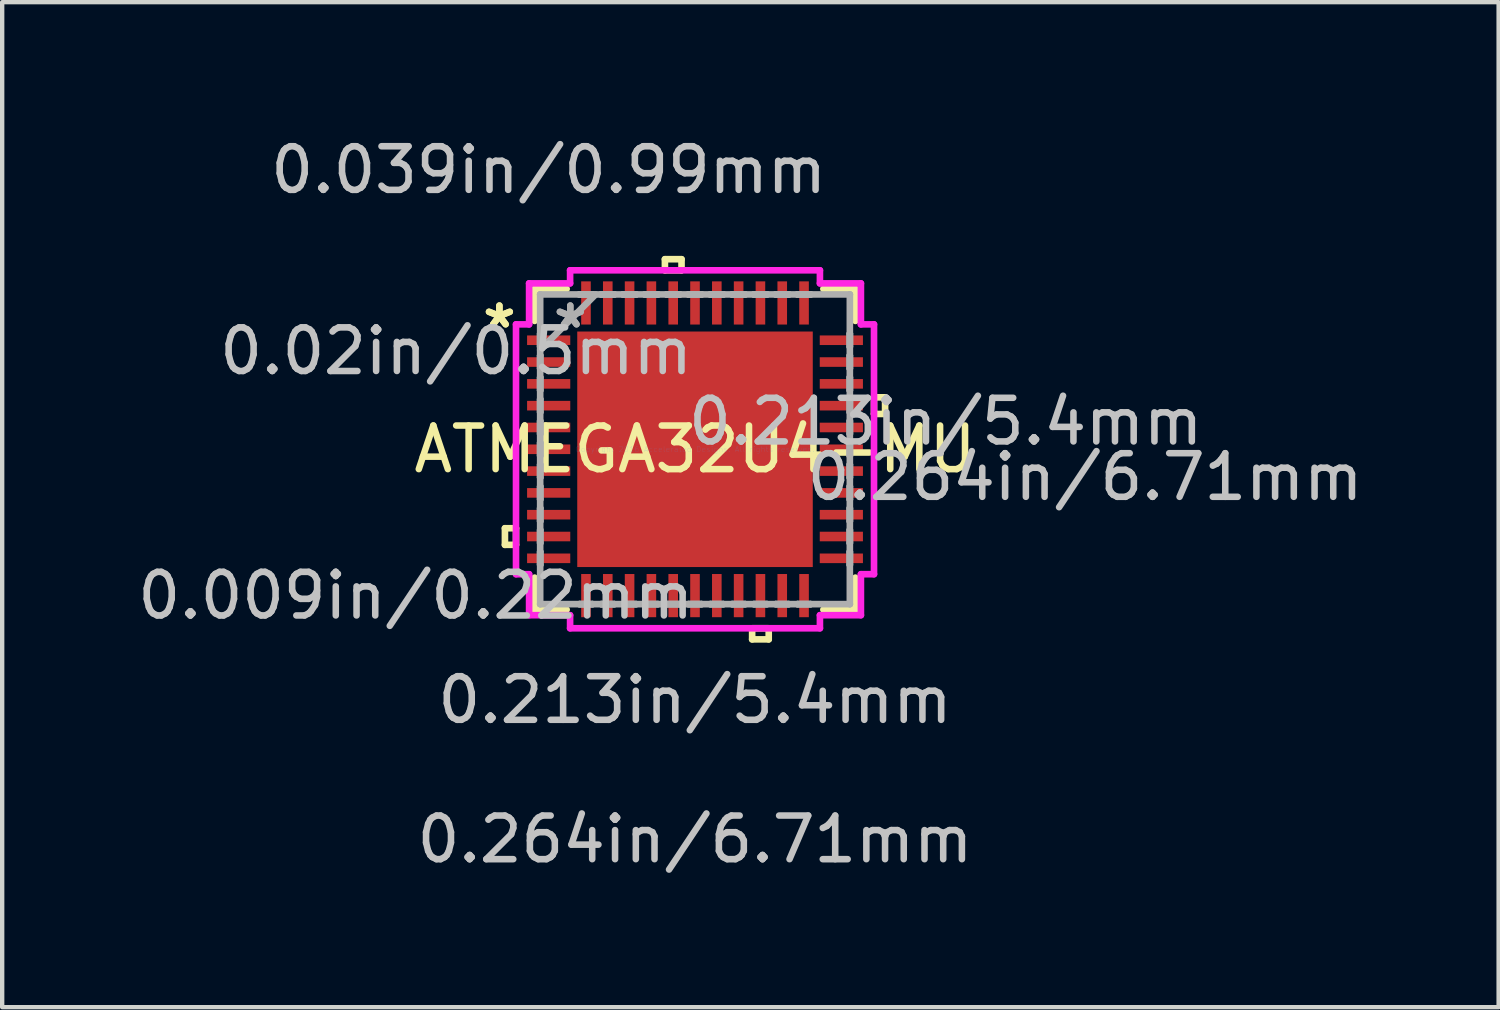
<source format=kicad_pcb>
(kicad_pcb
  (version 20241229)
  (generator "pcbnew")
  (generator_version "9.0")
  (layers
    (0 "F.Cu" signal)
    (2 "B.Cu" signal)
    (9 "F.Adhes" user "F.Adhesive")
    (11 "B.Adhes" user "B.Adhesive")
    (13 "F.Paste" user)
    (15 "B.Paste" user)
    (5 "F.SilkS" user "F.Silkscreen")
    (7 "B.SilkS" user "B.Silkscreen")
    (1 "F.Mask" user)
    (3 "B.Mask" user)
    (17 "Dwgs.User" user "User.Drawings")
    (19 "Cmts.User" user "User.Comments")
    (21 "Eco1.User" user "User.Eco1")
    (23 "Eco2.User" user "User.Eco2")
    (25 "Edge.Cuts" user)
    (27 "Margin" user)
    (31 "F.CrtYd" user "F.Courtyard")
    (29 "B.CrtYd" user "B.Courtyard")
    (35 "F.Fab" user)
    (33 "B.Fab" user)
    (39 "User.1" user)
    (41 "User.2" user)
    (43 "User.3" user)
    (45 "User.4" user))
  (footprint "ATMEGA32U4-MU"
    (layer "F.Cu")
    (at 12.885 7.251)
    (property "Reference" "ATMEGA32U4-MU" (at 0 0 0) (layer "F.SilkS") (effects (font (size 1 1) (thickness 0.15))))
    (attr through_hole)
    (fp_line (start -4.358 1.81) (end -4.358 2.191) (stroke (width 0.152) (type solid)) (layer "F.SilkS"))
    (fp_line (start -4.358 2.191) (end -4.104 2.191) (stroke (width 0.152) (type solid)) (layer "F.SilkS"))
    (fp_line (start -4.104 1.81) (end -4.358 1.81) (stroke (width 0.152) (type solid)) (layer "F.SilkS"))
    (fp_line (start -4.104 2.191) (end -4.104 1.81) (stroke (width 0.152) (type solid)) (layer "F.SilkS"))
    (fp_line (start -3.677 -3.677) (end -3.677 -2.943) (stroke (width 0.152) (type solid)) (layer "F.SilkS"))
    (fp_line (start -3.677 2.943) (end -3.677 3.677) (stroke (width 0.152) (type solid)) (layer "F.SilkS"))
    (fp_line (start -3.677 3.677) (end -2.943 3.677) (stroke (width 0.152) (type solid)) (layer "F.SilkS"))
    (fp_line (start -2.943 -3.677) (end -3.677 -3.677) (stroke (width 0.152) (type solid)) (layer "F.SilkS"))
    (fp_line (start -0.69 -4.358) (end -0.309 -4.358) (stroke (width 0.152) (type solid)) (layer "F.SilkS"))
    (fp_line (start -0.69 -4.104) (end -0.69 -4.358) (stroke (width 0.152) (type solid)) (layer "F.SilkS"))
    (fp_line (start -0.309 -4.358) (end -0.309 -4.104) (stroke (width 0.152) (type solid)) (layer "F.SilkS"))
    (fp_line (start -0.309 -4.104) (end -0.69 -4.104) (stroke (width 0.152) (type solid)) (layer "F.SilkS"))
    (fp_line (start 1.31 4.104) (end 1.31 4.358) (stroke (width 0.152) (type solid)) (layer "F.SilkS"))
    (fp_line (start 1.31 4.358) (end 1.69 4.358) (stroke (width 0.152) (type solid)) (layer "F.SilkS"))
    (fp_line (start 1.69 4.104) (end 1.31 4.104) (stroke (width 0.152) (type solid)) (layer "F.SilkS"))
    (fp_line (start 1.69 4.358) (end 1.69 4.104) (stroke (width 0.152) (type solid)) (layer "F.SilkS"))
    (fp_line (start 2.943 3.677) (end 3.677 3.677) (stroke (width 0.152) (type solid)) (layer "F.SilkS"))
    (fp_line (start 3.677 -3.677) (end 2.943 -3.677) (stroke (width 0.152) (type solid)) (layer "F.SilkS"))
    (fp_line (start 3.677 -2.943) (end 3.677 -3.677) (stroke (width 0.152) (type solid)) (layer "F.SilkS"))
    (fp_line (start 3.677 3.677) (end 3.677 2.943) (stroke (width 0.152) (type solid)) (layer "F.SilkS"))
    (fp_line (start 4.104 -1.191) (end 4.358 -1.191) (stroke (width 0.152) (type solid)) (layer "F.SilkS"))
    (fp_line (start 4.104 -0.81) (end 4.104 -1.191) (stroke (width 0.152) (type solid)) (layer "F.SilkS"))
    (fp_line (start 4.358 -1.191) (end 4.358 -0.81) (stroke (width 0.152) (type solid)) (layer "F.SilkS"))
    (fp_line (start 4.358 -0.81) (end 4.104 -0.81) (stroke (width 0.152) (type solid)) (layer "F.SilkS"))
    (fp_line (start -2.6 -2.6) (end -2.6 -1.45) (stroke (width 0.152) (type solid)) (layer "F.Paste"))
    (fp_line (start -2.6 -1.45) (end -1.45 -1.45) (stroke (width 0.152) (type solid)) (layer "F.Paste"))
    (fp_line (start -2.6 -1.25) (end -2.6 -0.1) (stroke (width 0.152) (type solid)) (layer "F.Paste"))
    (fp_line (start -2.6 -0.1) (end -1.45 -0.1) (stroke (width 0.152) (type solid)) (layer "F.Paste"))
    (fp_line (start -2.6 0.1) (end -2.6 1.25) (stroke (width 0.152) (type solid)) (layer "F.Paste"))
    (fp_line (start -2.6 1.25) (end -1.45 1.25) (stroke (width 0.152) (type solid)) (layer "F.Paste"))
    (fp_line (start -2.6 1.45) (end -2.6 2.6) (stroke (width 0.152) (type solid)) (layer "F.Paste"))
    (fp_line (start -2.6 2.6) (end -1.45 2.6) (stroke (width 0.152) (type solid)) (layer "F.Paste"))
    (fp_line (start -1.45 -2.6) (end -2.6 -2.6) (stroke (width 0.152) (type solid)) (layer "F.Paste"))
    (fp_line (start -1.45 -1.45) (end -1.45 -2.6) (stroke (width 0.152) (type solid)) (layer "F.Paste"))
    (fp_line (start -1.45 -1.25) (end -2.6 -1.25) (stroke (width 0.152) (type solid)) (layer "F.Paste"))
    (fp_line (start -1.45 -0.1) (end -1.45 -1.25) (stroke (width 0.152) (type solid)) (layer "F.Paste"))
    (fp_line (start -1.45 0.1) (end -2.6 0.1) (stroke (width 0.152) (type solid)) (layer "F.Paste"))
    (fp_line (start -1.45 1.25) (end -1.45 0.1) (stroke (width 0.152) (type solid)) (layer "F.Paste"))
    (fp_line (start -1.45 1.45) (end -2.6 1.45) (stroke (width 0.152) (type solid)) (layer "F.Paste"))
    (fp_line (start -1.45 2.6) (end -1.45 1.45) (stroke (width 0.152) (type solid)) (layer "F.Paste"))
    (fp_line (start -1.25 -2.6) (end -1.25 -1.45) (stroke (width 0.152) (type solid)) (layer "F.Paste"))
    (fp_line (start -1.25 -1.45) (end -0.1 -1.45) (stroke (width 0.152) (type solid)) (layer "F.Paste"))
    (fp_line (start -1.25 -1.25) (end -1.25 -0.1) (stroke (width 0.152) (type solid)) (layer "F.Paste"))
    (fp_line (start -1.25 -0.1) (end -0.1 -0.1) (stroke (width 0.152) (type solid)) (layer "F.Paste"))
    (fp_line (start -1.25 0.1) (end -1.25 1.25) (stroke (width 0.152) (type solid)) (layer "F.Paste"))
    (fp_line (start -1.25 1.25) (end -0.1 1.25) (stroke (width 0.152) (type solid)) (layer "F.Paste"))
    (fp_line (start -1.25 1.45) (end -1.25 2.6) (stroke (width 0.152) (type solid)) (layer "F.Paste"))
    (fp_line (start -1.25 2.6) (end -0.1 2.6) (stroke (width 0.152) (type solid)) (layer "F.Paste"))
    (fp_line (start -0.1 -2.6) (end -1.25 -2.6) (stroke (width 0.152) (type solid)) (layer "F.Paste"))
    (fp_line (start -0.1 -1.45) (end -0.1 -2.6) (stroke (width 0.152) (type solid)) (layer "F.Paste"))
    (fp_line (start -0.1 -1.25) (end -1.25 -1.25) (stroke (width 0.152) (type solid)) (layer "F.Paste"))
    (fp_line (start -0.1 -0.1) (end -0.1 -1.25) (stroke (width 0.152) (type solid)) (layer "F.Paste"))
    (fp_line (start -0.1 0.1) (end -1.25 0.1) (stroke (width 0.152) (type solid)) (layer "F.Paste"))
    (fp_line (start -0.1 1.25) (end -0.1 0.1) (stroke (width 0.152) (type solid)) (layer "F.Paste"))
    (fp_line (start -0.1 1.45) (end -1.25 1.45) (stroke (width 0.152) (type solid)) (layer "F.Paste"))
    (fp_line (start -0.1 2.6) (end -0.1 1.45) (stroke (width 0.152) (type solid)) (layer "F.Paste"))
    (fp_line (start 0.1 -2.6) (end 0.1 -1.45) (stroke (width 0.152) (type solid)) (layer "F.Paste"))
    (fp_line (start 0.1 -1.45) (end 1.25 -1.45) (stroke (width 0.152) (type solid)) (layer "F.Paste"))
    (fp_line (start 0.1 -1.25) (end 0.1 -0.1) (stroke (width 0.152) (type solid)) (layer "F.Paste"))
    (fp_line (start 0.1 -0.1) (end 1.25 -0.1) (stroke (width 0.152) (type solid)) (layer "F.Paste"))
    (fp_line (start 0.1 0.1) (end 0.1 1.25) (stroke (width 0.152) (type solid)) (layer "F.Paste"))
    (fp_line (start 0.1 1.25) (end 1.25 1.25) (stroke (width 0.152) (type solid)) (layer "F.Paste"))
    (fp_line (start 0.1 1.45) (end 0.1 2.6) (stroke (width 0.152) (type solid)) (layer "F.Paste"))
    (fp_line (start 0.1 2.6) (end 1.25 2.6) (stroke (width 0.152) (type solid)) (layer "F.Paste"))
    (fp_line (start 1.25 -2.6) (end 0.1 -2.6) (stroke (width 0.152) (type solid)) (layer "F.Paste"))
    (fp_line (start 1.25 -1.45) (end 1.25 -2.6) (stroke (width 0.152) (type solid)) (layer "F.Paste"))
    (fp_line (start 1.25 -1.25) (end 0.1 -1.25) (stroke (width 0.152) (type solid)) (layer "F.Paste"))
    (fp_line (start 1.25 -0.1) (end 1.25 -1.25) (stroke (width 0.152) (type solid)) (layer "F.Paste"))
    (fp_line (start 1.25 0.1) (end 0.1 0.1) (stroke (width 0.152) (type solid)) (layer "F.Paste"))
    (fp_line (start 1.25 1.25) (end 1.25 0.1) (stroke (width 0.152) (type solid)) (layer "F.Paste"))
    (fp_line (start 1.25 1.45) (end 0.1 1.45) (stroke (width 0.152) (type solid)) (layer "F.Paste"))
    (fp_line (start 1.25 2.6) (end 1.25 1.45) (stroke (width 0.152) (type solid)) (layer "F.Paste"))
    (fp_line (start 1.45 -2.6) (end 1.45 -1.45) (stroke (width 0.152) (type solid)) (layer "F.Paste"))
    (fp_line (start 1.45 -1.45) (end 2.6 -1.45) (stroke (width 0.152) (type solid)) (layer "F.Paste"))
    (fp_line (start 1.45 -1.25) (end 1.45 -0.1) (stroke (width 0.152) (type solid)) (layer "F.Paste"))
    (fp_line (start 1.45 -0.1) (end 2.6 -0.1) (stroke (width 0.152) (type solid)) (layer "F.Paste"))
    (fp_line (start 1.45 0.1) (end 1.45 1.25) (stroke (width 0.152) (type solid)) (layer "F.Paste"))
    (fp_line (start 1.45 1.25) (end 2.6 1.25) (stroke (width 0.152) (type solid)) (layer "F.Paste"))
    (fp_line (start 1.45 1.45) (end 1.45 2.6) (stroke (width 0.152) (type solid)) (layer "F.Paste"))
    (fp_line (start 1.45 2.6) (end 2.6 2.6) (stroke (width 0.152) (type solid)) (layer "F.Paste"))
    (fp_line (start 2.6 -2.6) (end 1.45 -2.6) (stroke (width 0.152) (type solid)) (layer "F.Paste"))
    (fp_line (start 2.6 -1.45) (end 2.6 -2.6) (stroke (width 0.152) (type solid)) (layer "F.Paste"))
    (fp_line (start 2.6 -1.25) (end 1.45 -1.25) (stroke (width 0.152) (type solid)) (layer "F.Paste"))
    (fp_line (start 2.6 -0.1) (end 2.6 -1.25) (stroke (width 0.152) (type solid)) (layer "F.Paste"))
    (fp_line (start 2.6 0.1) (end 1.45 0.1) (stroke (width 0.152) (type solid)) (layer "F.Paste"))
    (fp_line (start 2.6 1.25) (end 2.6 0.1) (stroke (width 0.152) (type solid)) (layer "F.Paste"))
    (fp_line (start 2.6 1.45) (end 1.45 1.45) (stroke (width 0.152) (type solid)) (layer "F.Paste"))
    (fp_line (start 2.6 2.6) (end 2.6 1.45) (stroke (width 0.152) (type solid)) (layer "F.Paste"))
    (fp_line (start -4.104 -2.864) (end -3.804 -2.864) (stroke (width 0.152) (type solid)) (layer "F.CrtYd"))
    (fp_line (start -4.104 2.864) (end -4.104 -2.864) (stroke (width 0.152) (type solid)) (layer "F.CrtYd"))
    (fp_line (start -3.804 -3.804) (end -2.864 -3.804) (stroke (width 0.152) (type solid)) (layer "F.CrtYd"))
    (fp_line (start -3.804 -2.864) (end -3.804 -3.804) (stroke (width 0.152) (type solid)) (layer "F.CrtYd"))
    (fp_line (start -3.804 2.864) (end -4.104 2.864) (stroke (width 0.152) (type solid)) (layer "F.CrtYd"))
    (fp_line (start -3.804 3.804) (end -3.804 2.864) (stroke (width 0.152) (type solid)) (layer "F.CrtYd"))
    (fp_line (start -2.864 -4.104) (end 2.864 -4.104) (stroke (width 0.152) (type solid)) (layer "F.CrtYd"))
    (fp_line (start -2.864 -3.804) (end -2.864 -4.104) (stroke (width 0.152) (type solid)) (layer "F.CrtYd"))
    (fp_line (start -2.864 3.804) (end -3.804 3.804) (stroke (width 0.152) (type solid)) (layer "F.CrtYd"))
    (fp_line (start -2.864 4.104) (end -2.864 3.804) (stroke (width 0.152) (type solid)) (layer "F.CrtYd"))
    (fp_line (start 2.864 -4.104) (end 2.864 -3.804) (stroke (width 0.152) (type solid)) (layer "F.CrtYd"))
    (fp_line (start 2.864 -3.804) (end 3.804 -3.804) (stroke (width 0.152) (type solid)) (layer "F.CrtYd"))
    (fp_line (start 2.864 3.804) (end 2.864 4.104) (stroke (width 0.152) (type solid)) (layer "F.CrtYd"))
    (fp_line (start 2.864 4.104) (end -2.864 4.104) (stroke (width 0.152) (type solid)) (layer "F.CrtYd"))
    (fp_line (start 3.804 -3.804) (end 3.804 -2.864) (stroke (width 0.152) (type solid)) (layer "F.CrtYd"))
    (fp_line (start 3.804 -2.864) (end 4.104 -2.864) (stroke (width 0.152) (type solid)) (layer "F.CrtYd"))
    (fp_line (start 3.804 2.864) (end 3.804 3.804) (stroke (width 0.152) (type solid)) (layer "F.CrtYd"))
    (fp_line (start 3.804 3.804) (end 2.864 3.804) (stroke (width 0.152) (type solid)) (layer "F.CrtYd"))
    (fp_line (start 4.104 -2.864) (end 4.104 2.864) (stroke (width 0.152) (type solid)) (layer "F.CrtYd"))
    (fp_line (start 4.104 2.864) (end 3.804 2.864) (stroke (width 0.152) (type solid)) (layer "F.CrtYd"))
    (fp_line (start -3.55 -3.55) (end -3.55 -3.55) (stroke (width 0.152) (type solid)) (layer "F.Fab"))
    (fp_line (start -3.55 -3.55) (end -3.55 3.55) (stroke (width 0.152) (type solid)) (layer "F.Fab"))
    (fp_line (start -3.55 -2.65) (end -3.55 -2.65) (stroke (width 0.152) (type solid)) (layer "F.Fab"))
    (fp_line (start -3.55 -2.65) (end -3.55 -2.35) (stroke (width 0.152) (type solid)) (layer "F.Fab"))
    (fp_line (start -3.55 -2.35) (end -3.55 -2.65) (stroke (width 0.152) (type solid)) (layer "F.Fab"))
    (fp_line (start -3.55 -2.35) (end -3.55 -2.35) (stroke (width 0.152) (type solid)) (layer "F.Fab"))
    (fp_line (start -3.55 -2.28) (end -2.28 -3.55) (stroke (width 0.152) (type solid)) (layer "F.Fab"))
    (fp_line (start -3.55 -2.15) (end -3.55 -2.15) (stroke (width 0.152) (type solid)) (layer "F.Fab"))
    (fp_line (start -3.55 -2.15) (end -3.55 -1.85) (stroke (width 0.152) (type solid)) (layer "F.Fab"))
    (fp_line (start -3.55 -1.85) (end -3.55 -2.15) (stroke (width 0.152) (type solid)) (layer "F.Fab"))
    (fp_line (start -3.55 -1.85) (end -3.55 -1.85) (stroke (width 0.152) (type solid)) (layer "F.Fab"))
    (fp_line (start -3.55 -1.65) (end -3.55 -1.65) (stroke (width 0.152) (type solid)) (layer "F.Fab"))
    (fp_line (start -3.55 -1.65) (end -3.55 -1.35) (stroke (width 0.152) (type solid)) (layer "F.Fab"))
    (fp_line (start -3.55 -1.35) (end -3.55 -1.65) (stroke (width 0.152) (type solid)) (layer "F.Fab"))
    (fp_line (start -3.55 -1.35) (end -3.55 -1.35) (stroke (width 0.152) (type solid)) (layer "F.Fab"))
    (fp_line (start -3.55 -1.15) (end -3.55 -1.15) (stroke (width 0.152) (type solid)) (layer "F.Fab"))
    (fp_line (start -3.55 -1.15) (end -3.55 -0.85) (stroke (width 0.152) (type solid)) (layer "F.Fab"))
    (fp_line (start -3.55 -0.85) (end -3.55 -1.15) (stroke (width 0.152) (type solid)) (layer "F.Fab"))
    (fp_line (start -3.55 -0.85) (end -3.55 -0.85) (stroke (width 0.152) (type solid)) (layer "F.Fab"))
    (fp_line (start -3.55 -0.65) (end -3.55 -0.65) (stroke (width 0.152) (type solid)) (layer "F.Fab"))
    (fp_line (start -3.55 -0.65) (end -3.55 -0.35) (stroke (width 0.152) (type solid)) (layer "F.Fab"))
    (fp_line (start -3.55 -0.35) (end -3.55 -0.65) (stroke (width 0.152) (type solid)) (layer "F.Fab"))
    (fp_line (start -3.55 -0.35) (end -3.55 -0.35) (stroke (width 0.152) (type solid)) (layer "F.Fab"))
    (fp_line (start -3.55 -0.15) (end -3.55 -0.15) (stroke (width 0.152) (type solid)) (layer "F.Fab"))
    (fp_line (start -3.55 -0.15) (end -3.55 0.15) (stroke (width 0.152) (type solid)) (layer "F.Fab"))
    (fp_line (start -3.55 0.15) (end -3.55 -0.15) (stroke (width 0.152) (type solid)) (layer "F.Fab"))
    (fp_line (start -3.55 0.15) (end -3.55 0.15) (stroke (width 0.152) (type solid)) (layer "F.Fab"))
    (fp_line (start -3.55 0.35) (end -3.55 0.35) (stroke (width 0.152) (type solid)) (layer "F.Fab"))
    (fp_line (start -3.55 0.35) (end -3.55 0.65) (stroke (width 0.152) (type solid)) (layer "F.Fab"))
    (fp_line (start -3.55 0.65) (end -3.55 0.35) (stroke (width 0.152) (type solid)) (layer "F.Fab"))
    (fp_line (start -3.55 0.65) (end -3.55 0.65) (stroke (width 0.152) (type solid)) (layer "F.Fab"))
    (fp_line (start -3.55 0.85) (end -3.55 0.85) (stroke (width 0.152) (type solid)) (layer "F.Fab"))
    (fp_line (start -3.55 0.85) (end -3.55 1.15) (stroke (width 0.152) (type solid)) (layer "F.Fab"))
    (fp_line (start -3.55 1.15) (end -3.55 0.85) (stroke (width 0.152) (type solid)) (layer "F.Fab"))
    (fp_line (start -3.55 1.15) (end -3.55 1.15) (stroke (width 0.152) (type solid)) (layer "F.Fab"))
    (fp_line (start -3.55 1.35) (end -3.55 1.35) (stroke (width 0.152) (type solid)) (layer "F.Fab"))
    (fp_line (start -3.55 1.35) (end -3.55 1.65) (stroke (width 0.152) (type solid)) (layer "F.Fab"))
    (fp_line (start -3.55 1.65) (end -3.55 1.35) (stroke (width 0.152) (type solid)) (layer "F.Fab"))
    (fp_line (start -3.55 1.65) (end -3.55 1.65) (stroke (width 0.152) (type solid)) (layer "F.Fab"))
    (fp_line (start -3.55 1.85) (end -3.55 1.85) (stroke (width 0.152) (type solid)) (layer "F.Fab"))
    (fp_line (start -3.55 1.85) (end -3.55 2.15) (stroke (width 0.152) (type solid)) (layer "F.Fab"))
    (fp_line (start -3.55 2.15) (end -3.55 1.85) (stroke (width 0.152) (type solid)) (layer "F.Fab"))
    (fp_line (start -3.55 2.15) (end -3.55 2.15) (stroke (width 0.152) (type solid)) (layer "F.Fab"))
    (fp_line (start -3.55 2.35) (end -3.55 2.35) (stroke (width 0.152) (type solid)) (layer "F.Fab"))
    (fp_line (start -3.55 2.35) (end -3.55 2.65) (stroke (width 0.152) (type solid)) (layer "F.Fab"))
    (fp_line (start -3.55 2.65) (end -3.55 2.35) (stroke (width 0.152) (type solid)) (layer "F.Fab"))
    (fp_line (start -3.55 2.65) (end -3.55 2.65) (stroke (width 0.152) (type solid)) (layer "F.Fab"))
    (fp_line (start -3.55 3.55) (end -3.55 3.55) (stroke (width 0.152) (type solid)) (layer "F.Fab"))
    (fp_line (start -3.55 3.55) (end 3.55 3.55) (stroke (width 0.152) (type solid)) (layer "F.Fab"))
    (fp_line (start -2.65 -3.55) (end -2.65 -3.55) (stroke (width 0.152) (type solid)) (layer "F.Fab"))
    (fp_line (start -2.65 -3.55) (end -2.35 -3.55) (stroke (width 0.152) (type solid)) (layer "F.Fab"))
    (fp_line (start -2.65 3.55) (end -2.65 3.55) (stroke (width 0.152) (type solid)) (layer "F.Fab"))
    (fp_line (start -2.65 3.55) (end -2.35 3.55) (stroke (width 0.152) (type solid)) (layer "F.Fab"))
    (fp_line (start -2.35 -3.55) (end -2.65 -3.55) (stroke (width 0.152) (type solid)) (layer "F.Fab"))
    (fp_line (start -2.35 -3.55) (end -2.35 -3.55) (stroke (width 0.152) (type solid)) (layer "F.Fab"))
    (fp_line (start -2.35 3.55) (end -2.65 3.55) (stroke (width 0.152) (type solid)) (layer "F.Fab"))
    (fp_line (start -2.35 3.55) (end -2.35 3.55) (stroke (width 0.152) (type solid)) (layer "F.Fab"))
    (fp_line (start -2.15 -3.55) (end -2.15 -3.55) (stroke (width 0.152) (type solid)) (layer "F.Fab"))
    (fp_line (start -2.15 -3.55) (end -1.85 -3.55) (stroke (width 0.152) (type solid)) (layer "F.Fab"))
    (fp_line (start -2.15 3.55) (end -2.15 3.55) (stroke (width 0.152) (type solid)) (layer "F.Fab"))
    (fp_line (start -2.15 3.55) (end -1.85 3.55) (stroke (width 0.152) (type solid)) (layer "F.Fab"))
    (fp_line (start -1.85 -3.55) (end -2.15 -3.55) (stroke (width 0.152) (type solid)) (layer "F.Fab"))
    (fp_line (start -1.85 -3.55) (end -1.85 -3.55) (stroke (width 0.152) (type solid)) (layer "F.Fab"))
    (fp_line (start -1.85 3.55) (end -2.15 3.55) (stroke (width 0.152) (type solid)) (layer "F.Fab"))
    (fp_line (start -1.85 3.55) (end -1.85 3.55) (stroke (width 0.152) (type solid)) (layer "F.Fab"))
    (fp_line (start -1.65 -3.55) (end -1.65 -3.55) (stroke (width 0.152) (type solid)) (layer "F.Fab"))
    (fp_line (start -1.65 -3.55) (end -1.35 -3.55) (stroke (width 0.152) (type solid)) (layer "F.Fab"))
    (fp_line (start -1.65 3.55) (end -1.65 3.55) (stroke (width 0.152) (type solid)) (layer "F.Fab"))
    (fp_line (start -1.65 3.55) (end -1.35 3.55) (stroke (width 0.152) (type solid)) (layer "F.Fab"))
    (fp_line (start -1.35 -3.55) (end -1.65 -3.55) (stroke (width 0.152) (type solid)) (layer "F.Fab"))
    (fp_line (start -1.35 -3.55) (end -1.35 -3.55) (stroke (width 0.152) (type solid)) (layer "F.Fab"))
    (fp_line (start -1.35 3.55) (end -1.65 3.55) (stroke (width 0.152) (type solid)) (layer "F.Fab"))
    (fp_line (start -1.35 3.55) (end -1.35 3.55) (stroke (width 0.152) (type solid)) (layer "F.Fab"))
    (fp_line (start -1.15 -3.55) (end -1.15 -3.55) (stroke (width 0.152) (type solid)) (layer "F.Fab"))
    (fp_line (start -1.15 -3.55) (end -0.85 -3.55) (stroke (width 0.152) (type solid)) (layer "F.Fab"))
    (fp_line (start -1.15 3.55) (end -1.15 3.55) (stroke (width 0.152) (type solid)) (layer "F.Fab"))
    (fp_line (start -1.15 3.55) (end -0.85 3.55) (stroke (width 0.152) (type solid)) (layer "F.Fab"))
    (fp_line (start -0.85 -3.55) (end -1.15 -3.55) (stroke (width 0.152) (type solid)) (layer "F.Fab"))
    (fp_line (start -0.85 -3.55) (end -0.85 -3.55) (stroke (width 0.152) (type solid)) (layer "F.Fab"))
    (fp_line (start -0.85 3.55) (end -1.15 3.55) (stroke (width 0.152) (type solid)) (layer "F.Fab"))
    (fp_line (start -0.85 3.55) (end -0.85 3.55) (stroke (width 0.152) (type solid)) (layer "F.Fab"))
    (fp_line (start -0.65 -3.55) (end -0.65 -3.55) (stroke (width 0.152) (type solid)) (layer "F.Fab"))
    (fp_line (start -0.65 -3.55) (end -0.35 -3.55) (stroke (width 0.152) (type solid)) (layer "F.Fab"))
    (fp_line (start -0.65 3.55) (end -0.65 3.55) (stroke (width 0.152) (type solid)) (layer "F.Fab"))
    (fp_line (start -0.65 3.55) (end -0.35 3.55) (stroke (width 0.152) (type solid)) (layer "F.Fab"))
    (fp_line (start -0.35 -3.55) (end -0.65 -3.55) (stroke (width 0.152) (type solid)) (layer "F.Fab"))
    (fp_line (start -0.35 -3.55) (end -0.35 -3.55) (stroke (width 0.152) (type solid)) (layer "F.Fab"))
    (fp_line (start -0.35 3.55) (end -0.65 3.55) (stroke (width 0.152) (type solid)) (layer "F.Fab"))
    (fp_line (start -0.35 3.55) (end -0.35 3.55) (stroke (width 0.152) (type solid)) (layer "F.Fab"))
    (fp_line (start -0.15 -3.55) (end -0.15 -3.55) (stroke (width 0.152) (type solid)) (layer "F.Fab"))
    (fp_line (start -0.15 -3.55) (end 0.15 -3.55) (stroke (width 0.152) (type solid)) (layer "F.Fab"))
    (fp_line (start -0.15 3.55) (end -0.15 3.55) (stroke (width 0.152) (type solid)) (layer "F.Fab"))
    (fp_line (start -0.15 3.55) (end 0.15 3.55) (stroke (width 0.152) (type solid)) (layer "F.Fab"))
    (fp_line (start 0.15 -3.55) (end -0.15 -3.55) (stroke (width 0.152) (type solid)) (layer "F.Fab"))
    (fp_line (start 0.15 -3.55) (end 0.15 -3.55) (stroke (width 0.152) (type solid)) (layer "F.Fab"))
    (fp_line (start 0.15 3.55) (end -0.15 3.55) (stroke (width 0.152) (type solid)) (layer "F.Fab"))
    (fp_line (start 0.15 3.55) (end 0.15 3.55) (stroke (width 0.152) (type solid)) (layer "F.Fab"))
    (fp_line (start 0.35 -3.55) (end 0.35 -3.55) (stroke (width 0.152) (type solid)) (layer "F.Fab"))
    (fp_line (start 0.35 -3.55) (end 0.65 -3.55) (stroke (width 0.152) (type solid)) (layer "F.Fab"))
    (fp_line (start 0.35 3.55) (end 0.35 3.55) (stroke (width 0.152) (type solid)) (layer "F.Fab"))
    (fp_line (start 0.35 3.55) (end 0.65 3.55) (stroke (width 0.152) (type solid)) (layer "F.Fab"))
    (fp_line (start 0.65 -3.55) (end 0.35 -3.55) (stroke (width 0.152) (type solid)) (layer "F.Fab"))
    (fp_line (start 0.65 -3.55) (end 0.65 -3.55) (stroke (width 0.152) (type solid)) (layer "F.Fab"))
    (fp_line (start 0.65 3.55) (end 0.35 3.55) (stroke (width 0.152) (type solid)) (layer "F.Fab"))
    (fp_line (start 0.65 3.55) (end 0.65 3.55) (stroke (width 0.152) (type solid)) (layer "F.Fab"))
    (fp_line (start 0.85 -3.55) (end 0.85 -3.55) (stroke (width 0.152) (type solid)) (layer "F.Fab"))
    (fp_line (start 0.85 -3.55) (end 1.15 -3.55) (stroke (width 0.152) (type solid)) (layer "F.Fab"))
    (fp_line (start 0.85 3.55) (end 0.85 3.55) (stroke (width 0.152) (type solid)) (layer "F.Fab"))
    (fp_line (start 0.85 3.55) (end 1.15 3.55) (stroke (width 0.152) (type solid)) (layer "F.Fab"))
    (fp_line (start 1.15 -3.55) (end 0.85 -3.55) (stroke (width 0.152) (type solid)) (layer "F.Fab"))
    (fp_line (start 1.15 -3.55) (end 1.15 -3.55) (stroke (width 0.152) (type solid)) (layer "F.Fab"))
    (fp_line (start 1.15 3.55) (end 0.85 3.55) (stroke (width 0.152) (type solid)) (layer "F.Fab"))
    (fp_line (start 1.15 3.55) (end 1.15 3.55) (stroke (width 0.152) (type solid)) (layer "F.Fab"))
    (fp_line (start 1.35 -3.55) (end 1.35 -3.55) (stroke (width 0.152) (type solid)) (layer "F.Fab"))
    (fp_line (start 1.35 -3.55) (end 1.65 -3.55) (stroke (width 0.152) (type solid)) (layer "F.Fab"))
    (fp_line (start 1.35 3.55) (end 1.35 3.55) (stroke (width 0.152) (type solid)) (layer "F.Fab"))
    (fp_line (start 1.35 3.55) (end 1.65 3.55) (stroke (width 0.152) (type solid)) (layer "F.Fab"))
    (fp_line (start 1.65 -3.55) (end 1.35 -3.55) (stroke (width 0.152) (type solid)) (layer "F.Fab"))
    (fp_line (start 1.65 -3.55) (end 1.65 -3.55) (stroke (width 0.152) (type solid)) (layer "F.Fab"))
    (fp_line (start 1.65 3.55) (end 1.35 3.55) (stroke (width 0.152) (type solid)) (layer "F.Fab"))
    (fp_line (start 1.65 3.55) (end 1.65 3.55) (stroke (width 0.152) (type solid)) (layer "F.Fab"))
    (fp_line (start 1.85 -3.55) (end 1.85 -3.55) (stroke (width 0.152) (type solid)) (layer "F.Fab"))
    (fp_line (start 1.85 -3.55) (end 2.15 -3.55) (stroke (width 0.152) (type solid)) (layer "F.Fab"))
    (fp_line (start 1.85 3.55) (end 1.85 3.55) (stroke (width 0.152) (type solid)) (layer "F.Fab"))
    (fp_line (start 1.85 3.55) (end 2.15 3.55) (stroke (width 0.152) (type solid)) (layer "F.Fab"))
    (fp_line (start 2.15 -3.55) (end 1.85 -3.55) (stroke (width 0.152) (type solid)) (layer "F.Fab"))
    (fp_line (start 2.15 -3.55) (end 2.15 -3.55) (stroke (width 0.152) (type solid)) (layer "F.Fab"))
    (fp_line (start 2.15 3.55) (end 1.85 3.55) (stroke (width 0.152) (type solid)) (layer "F.Fab"))
    (fp_line (start 2.15 3.55) (end 2.15 3.55) (stroke (width 0.152) (type solid)) (layer "F.Fab"))
    (fp_line (start 2.35 -3.55) (end 2.35 -3.55) (stroke (width 0.152) (type solid)) (layer "F.Fab"))
    (fp_line (start 2.35 -3.55) (end 2.65 -3.55) (stroke (width 0.152) (type solid)) (layer "F.Fab"))
    (fp_line (start 2.35 3.55) (end 2.35 3.55) (stroke (width 0.152) (type solid)) (layer "F.Fab"))
    (fp_line (start 2.35 3.55) (end 2.65 3.55) (stroke (width 0.152) (type solid)) (layer "F.Fab"))
    (fp_line (start 2.65 -3.55) (end 2.35 -3.55) (stroke (width 0.152) (type solid)) (layer "F.Fab"))
    (fp_line (start 2.65 -3.55) (end 2.65 -3.55) (stroke (width 0.152) (type solid)) (layer "F.Fab"))
    (fp_line (start 2.65 3.55) (end 2.35 3.55) (stroke (width 0.152) (type solid)) (layer "F.Fab"))
    (fp_line (start 2.65 3.55) (end 2.65 3.55) (stroke (width 0.152) (type solid)) (layer "F.Fab"))
    (fp_line (start 3.55 -3.55) (end -3.55 -3.55) (stroke (width 0.152) (type solid)) (layer "F.Fab"))
    (fp_line (start 3.55 -3.55) (end 3.55 -3.55) (stroke (width 0.152) (type solid)) (layer "F.Fab"))
    (fp_line (start 3.55 -2.65) (end 3.55 -2.65) (stroke (width 0.152) (type solid)) (layer "F.Fab"))
    (fp_line (start 3.55 -2.65) (end 3.55 -2.35) (stroke (width 0.152) (type solid)) (layer "F.Fab"))
    (fp_line (start 3.55 -2.35) (end 3.55 -2.65) (stroke (width 0.152) (type solid)) (layer "F.Fab"))
    (fp_line (start 3.55 -2.35) (end 3.55 -2.35) (stroke (width 0.152) (type solid)) (layer "F.Fab"))
    (fp_line (start 3.55 -2.15) (end 3.55 -2.15) (stroke (width 0.152) (type solid)) (layer "F.Fab"))
    (fp_line (start 3.55 -2.15) (end 3.55 -1.85) (stroke (width 0.152) (type solid)) (layer "F.Fab"))
    (fp_line (start 3.55 -1.85) (end 3.55 -2.15) (stroke (width 0.152) (type solid)) (layer "F.Fab"))
    (fp_line (start 3.55 -1.85) (end 3.55 -1.85) (stroke (width 0.152) (type solid)) (layer "F.Fab"))
    (fp_line (start 3.55 -1.65) (end 3.55 -1.65) (stroke (width 0.152) (type solid)) (layer "F.Fab"))
    (fp_line (start 3.55 -1.65) (end 3.55 -1.35) (stroke (width 0.152) (type solid)) (layer "F.Fab"))
    (fp_line (start 3.55 -1.35) (end 3.55 -1.65) (stroke (width 0.152) (type solid)) (layer "F.Fab"))
    (fp_line (start 3.55 -1.35) (end 3.55 -1.35) (stroke (width 0.152) (type solid)) (layer "F.Fab"))
    (fp_line (start 3.55 -1.15) (end 3.55 -1.15) (stroke (width 0.152) (type solid)) (layer "F.Fab"))
    (fp_line (start 3.55 -1.15) (end 3.55 -0.85) (stroke (width 0.152) (type solid)) (layer "F.Fab"))
    (fp_line (start 3.55 -0.85) (end 3.55 -1.15) (stroke (width 0.152) (type solid)) (layer "F.Fab"))
    (fp_line (start 3.55 -0.85) (end 3.55 -0.85) (stroke (width 0.152) (type solid)) (layer "F.Fab"))
    (fp_line (start 3.55 -0.65) (end 3.55 -0.65) (stroke (width 0.152) (type solid)) (layer "F.Fab"))
    (fp_line (start 3.55 -0.65) (end 3.55 -0.35) (stroke (width 0.152) (type solid)) (layer "F.Fab"))
    (fp_line (start 3.55 -0.35) (end 3.55 -0.65) (stroke (width 0.152) (type solid)) (layer "F.Fab"))
    (fp_line (start 3.55 -0.35) (end 3.55 -0.35) (stroke (width 0.152) (type solid)) (layer "F.Fab"))
    (fp_line (start 3.55 -0.15) (end 3.55 -0.15) (stroke (width 0.152) (type solid)) (layer "F.Fab"))
    (fp_line (start 3.55 -0.15) (end 3.55 0.15) (stroke (width 0.152) (type solid)) (layer "F.Fab"))
    (fp_line (start 3.55 0.15) (end 3.55 -0.15) (stroke (width 0.152) (type solid)) (layer "F.Fab"))
    (fp_line (start 3.55 0.15) (end 3.55 0.15) (stroke (width 0.152) (type solid)) (layer "F.Fab"))
    (fp_line (start 3.55 0.35) (end 3.55 0.35) (stroke (width 0.152) (type solid)) (layer "F.Fab"))
    (fp_line (start 3.55 0.35) (end 3.55 0.65) (stroke (width 0.152) (type solid)) (layer "F.Fab"))
    (fp_line (start 3.55 0.65) (end 3.55 0.35) (stroke (width 0.152) (type solid)) (layer "F.Fab"))
    (fp_line (start 3.55 0.65) (end 3.55 0.65) (stroke (width 0.152) (type solid)) (layer "F.Fab"))
    (fp_line (start 3.55 0.85) (end 3.55 0.85) (stroke (width 0.152) (type solid)) (layer "F.Fab"))
    (fp_line (start 3.55 0.85) (end 3.55 1.15) (stroke (width 0.152) (type solid)) (layer "F.Fab"))
    (fp_line (start 3.55 1.15) (end 3.55 0.85) (stroke (width 0.152) (type solid)) (layer "F.Fab"))
    (fp_line (start 3.55 1.15) (end 3.55 1.15) (stroke (width 0.152) (type solid)) (layer "F.Fab"))
    (fp_line (start 3.55 1.35) (end 3.55 1.35) (stroke (width 0.152) (type solid)) (layer "F.Fab"))
    (fp_line (start 3.55 1.35) (end 3.55 1.65) (stroke (width 0.152) (type solid)) (layer "F.Fab"))
    (fp_line (start 3.55 1.65) (end 3.55 1.35) (stroke (width 0.152) (type solid)) (layer "F.Fab"))
    (fp_line (start 3.55 1.65) (end 3.55 1.65) (stroke (width 0.152) (type solid)) (layer "F.Fab"))
    (fp_line (start 3.55 1.85) (end 3.55 1.85) (stroke (width 0.152) (type solid)) (layer "F.Fab"))
    (fp_line (start 3.55 1.85) (end 3.55 2.15) (stroke (width 0.152) (type solid)) (layer "F.Fab"))
    (fp_line (start 3.55 2.15) (end 3.55 1.85) (stroke (width 0.152) (type solid)) (layer "F.Fab"))
    (fp_line (start 3.55 2.15) (end 3.55 2.15) (stroke (width 0.152) (type solid)) (layer "F.Fab"))
    (fp_line (start 3.55 2.35) (end 3.55 2.35) (stroke (width 0.152) (type solid)) (layer "F.Fab"))
    (fp_line (start 3.55 2.35) (end 3.55 2.65) (stroke (width 0.152) (type solid)) (layer "F.Fab"))
    (fp_line (start 3.55 2.65) (end 3.55 2.35) (stroke (width 0.152) (type solid)) (layer "F.Fab"))
    (fp_line (start 3.55 2.65) (end 3.55 2.65) (stroke (width 0.152) (type solid)) (layer "F.Fab"))
    (fp_line (start 3.55 3.55) (end 3.55 -3.55) (stroke (width 0.152) (type solid)) (layer "F.Fab"))
    (fp_line (start 3.55 3.55) (end 3.55 3.55) (stroke (width 0.152) (type solid)) (layer "F.Fab"))
    (fp_text user "*" (at -4.485 -2.75 0) (layer "F.SilkS") (effects (font (size 1 1) (thickness 0.15))))
    (fp_text user "*" (at -4.485 -2.75 0) (layer "F.SilkS") (effects (font (size 1 1) (thickness 0.15))))
    (fp_text user "0.009in/0.22mm" (at -6.403 3.355 0) (layer "Dwgs.User") (effects (font (size 1 1) (thickness 0.15))))
    (fp_text user "0.264in/6.71mm" (at 0 8.943 0) (layer "Dwgs.User") (effects (font (size 1 1) (thickness 0.15))))
    (fp_text user "0.213in/5.4mm" (at 0 5.748 0) (layer "Dwgs.User") (effects (font (size 1 1) (thickness 0.15))))
    (fp_text user "0.213in/5.4mm" (at 5.748 -0.635 0) (layer "Dwgs.User") (effects (font (size 1 1) (thickness 0.15))))
    (fp_text user "0.039in/0.99mm" (at -3.355 -6.403 0) (layer "Dwgs.User") (effects (font (size 1 1) (thickness 0.15))))
    (fp_text user "0.264in/6.71mm" (at 8.943 0.635 0) (layer "Dwgs.User") (effects (font (size 1 1) (thickness 0.15))))
    (fp_text user "0.02in/0.5mm" (at -5.478 -2.25 0) (layer "Dwgs.User") (effects (font (size 1 1) (thickness 0.15))))
    (fp_text user "Copyright 2016 Accelerated Designs. All rights reserved." (at 0 0 0) (layer "Cmts.User") (effects (font (size 0.127 0.127) (thickness 0.002))))
    (fp_text user "*" (at -2.86 -2.75 0) (layer "F.Fab") (effects (font (size 1 1) (thickness 0.15))))
    (fp_text user "*" (at -2.86 -2.75 0) (layer "F.Fab") (effects (font (size 1 1) (thickness 0.15))))
    (pad "1" smd rect (at -3.355 -2.5 90) (size 0.22 0.99) (layers "F.Cu" "F.Mask" "F.Paste"))
    (pad "2" smd rect (at -3.355 -2 90) (size 0.22 0.99) (layers "F.Cu" "F.Mask" "F.Paste"))
    (pad "3" smd rect (at -3.355 -1.5 90) (size 0.22 0.99) (layers "F.Cu" "F.Mask" "F.Paste"))
    (pad "4" smd rect (at -3.355 -1 90) (size 0.22 0.99) (layers "F.Cu" "F.Mask" "F.Paste"))
    (pad "5" smd rect (at -3.355 -0.5 90) (size 0.22 0.99) (layers "F.Cu" "F.Mask" "F.Paste"))
    (pad "6" smd rect (at -3.355 0 90) (size 0.22 0.99) (layers "F.Cu" "F.Mask" "F.Paste"))
    (pad "7" smd rect (at -3.355 0.5 90) (size 0.22 0.99) (layers "F.Cu" "F.Mask" "F.Paste"))
    (pad "8" smd rect (at -3.355 1 90) (size 0.22 0.99) (layers "F.Cu" "F.Mask" "F.Paste"))
    (pad "9" smd rect (at -3.355 1.5 90) (size 0.22 0.99) (layers "F.Cu" "F.Mask" "F.Paste"))
    (pad "10" smd rect (at -3.355 2 90) (size 0.22 0.99) (layers "F.Cu" "F.Mask" "F.Paste"))
    (pad "11" smd rect (at -3.355 2.5 90) (size 0.22 0.99) (layers "F.Cu" "F.Mask" "F.Paste"))
    (pad "12" smd rect (at -2.5 3.355) (size 0.22 0.99) (layers "F.Cu" "F.Mask" "F.Paste"))
    (pad "13" smd rect (at -2 3.355) (size 0.22 0.99) (layers "F.Cu" "F.Mask" "F.Paste"))
    (pad "14" smd rect (at -1.5 3.355) (size 0.22 0.99) (layers "F.Cu" "F.Mask" "F.Paste"))
    (pad "15" smd rect (at -1 3.355) (size 0.22 0.99) (layers "F.Cu" "F.Mask" "F.Paste"))
    (pad "16" smd rect (at -0.5 3.355) (size 0.22 0.99) (layers "F.Cu" "F.Mask" "F.Paste"))
    (pad "17" smd rect (at 0 3.355) (size 0.22 0.99) (layers "F.Cu" "F.Mask" "F.Paste"))
    (pad "18" smd rect (at 0.5 3.355) (size 0.22 0.99) (layers "F.Cu" "F.Mask" "F.Paste"))
    (pad "19" smd rect (at 1 3.355) (size 0.22 0.99) (layers "F.Cu" "F.Mask" "F.Paste"))
    (pad "20" smd rect (at 1.5 3.355) (size 0.22 0.99) (layers "F.Cu" "F.Mask" "F.Paste"))
    (pad "21" smd rect (at 2 3.355) (size 0.22 0.99) (layers "F.Cu" "F.Mask" "F.Paste"))
    (pad "22" smd rect (at 2.5 3.355) (size 0.22 0.99) (layers "F.Cu" "F.Mask" "F.Paste"))
    (pad "23" smd rect (at 3.355 2.5 90) (size 0.22 0.99) (layers "F.Cu" "F.Mask" "F.Paste"))
    (pad "24" smd rect (at 3.355 2 90) (size 0.22 0.99) (layers "F.Cu" "F.Mask" "F.Paste"))
    (pad "25" smd rect (at 3.355 1.5 90) (size 0.22 0.99) (layers "F.Cu" "F.Mask" "F.Paste"))
    (pad "26" smd rect (at 3.355 1 90) (size 0.22 0.99) (layers "F.Cu" "F.Mask" "F.Paste"))
    (pad "27" smd rect (at 3.355 0.5 90) (size 0.22 0.99) (layers "F.Cu" "F.Mask" "F.Paste"))
    (pad "28" smd rect (at 3.355 0 90) (size 0.22 0.99) (layers "F.Cu" "F.Mask" "F.Paste"))
    (pad "29" smd rect (at 3.355 -0.5 90) (size 0.22 0.99) (layers "F.Cu" "F.Mask" "F.Paste"))
    (pad "30" smd rect (at 3.355 -1 90) (size 0.22 0.99) (layers "F.Cu" "F.Mask" "F.Paste"))
    (pad "31" smd rect (at 3.355 -1.5 90) (size 0.22 0.99) (layers "F.Cu" "F.Mask" "F.Paste"))
    (pad "32" smd rect (at 3.355 -2 90) (size 0.22 0.99) (layers "F.Cu" "F.Mask" "F.Paste"))
    (pad "33" smd rect (at 3.355 -2.5 90) (size 0.22 0.99) (layers "F.Cu" "F.Mask" "F.Paste"))
    (pad "34" smd rect (at 2.5 -3.355) (size 0.22 0.99) (layers "F.Cu" "F.Mask" "F.Paste"))
    (pad "35" smd rect (at 2 -3.355) (size 0.22 0.99) (layers "F.Cu" "F.Mask" "F.Paste"))
    (pad "36" smd rect (at 1.5 -3.355) (size 0.22 0.99) (layers "F.Cu" "F.Mask" "F.Paste"))
    (pad "37" smd rect (at 1 -3.355) (size 0.22 0.99) (layers "F.Cu" "F.Mask" "F.Paste"))
    (pad "38" smd rect (at 0.5 -3.355) (size 0.22 0.99) (layers "F.Cu" "F.Mask" "F.Paste"))
    (pad "39" smd rect (at 0 -3.355) (size 0.22 0.99) (layers "F.Cu" "F.Mask" "F.Paste"))
    (pad "40" smd rect (at -0.5 -3.355) (size 0.22 0.99) (layers "F.Cu" "F.Mask" "F.Paste"))
    (pad "41" smd rect (at -1 -3.355) (size 0.22 0.99) (layers "F.Cu" "F.Mask" "F.Paste"))
    (pad "42" smd rect (at -1.5 -3.355) (size 0.22 0.99) (layers "F.Cu" "F.Mask" "F.Paste"))
    (pad "43" smd rect (at -2 -3.355) (size 0.22 0.99) (layers "F.Cu" "F.Mask" "F.Paste"))
    (pad "44" smd rect (at -2.5 -3.355) (size 0.22 0.99) (layers "F.Cu" "F.Mask" "F.Paste"))
    (pad "45" smd rect (at 0 0) (size 5.4 5.4) (layers "F.Cu" "F.Mask" "F.Paste")))
  (gr_rect
    (start -3 -3)
    (end 31.31 20.042)
    (stroke (width 0.1) (type default))
    (fill no)
    (layer "Edge.Cuts")))
</source>
